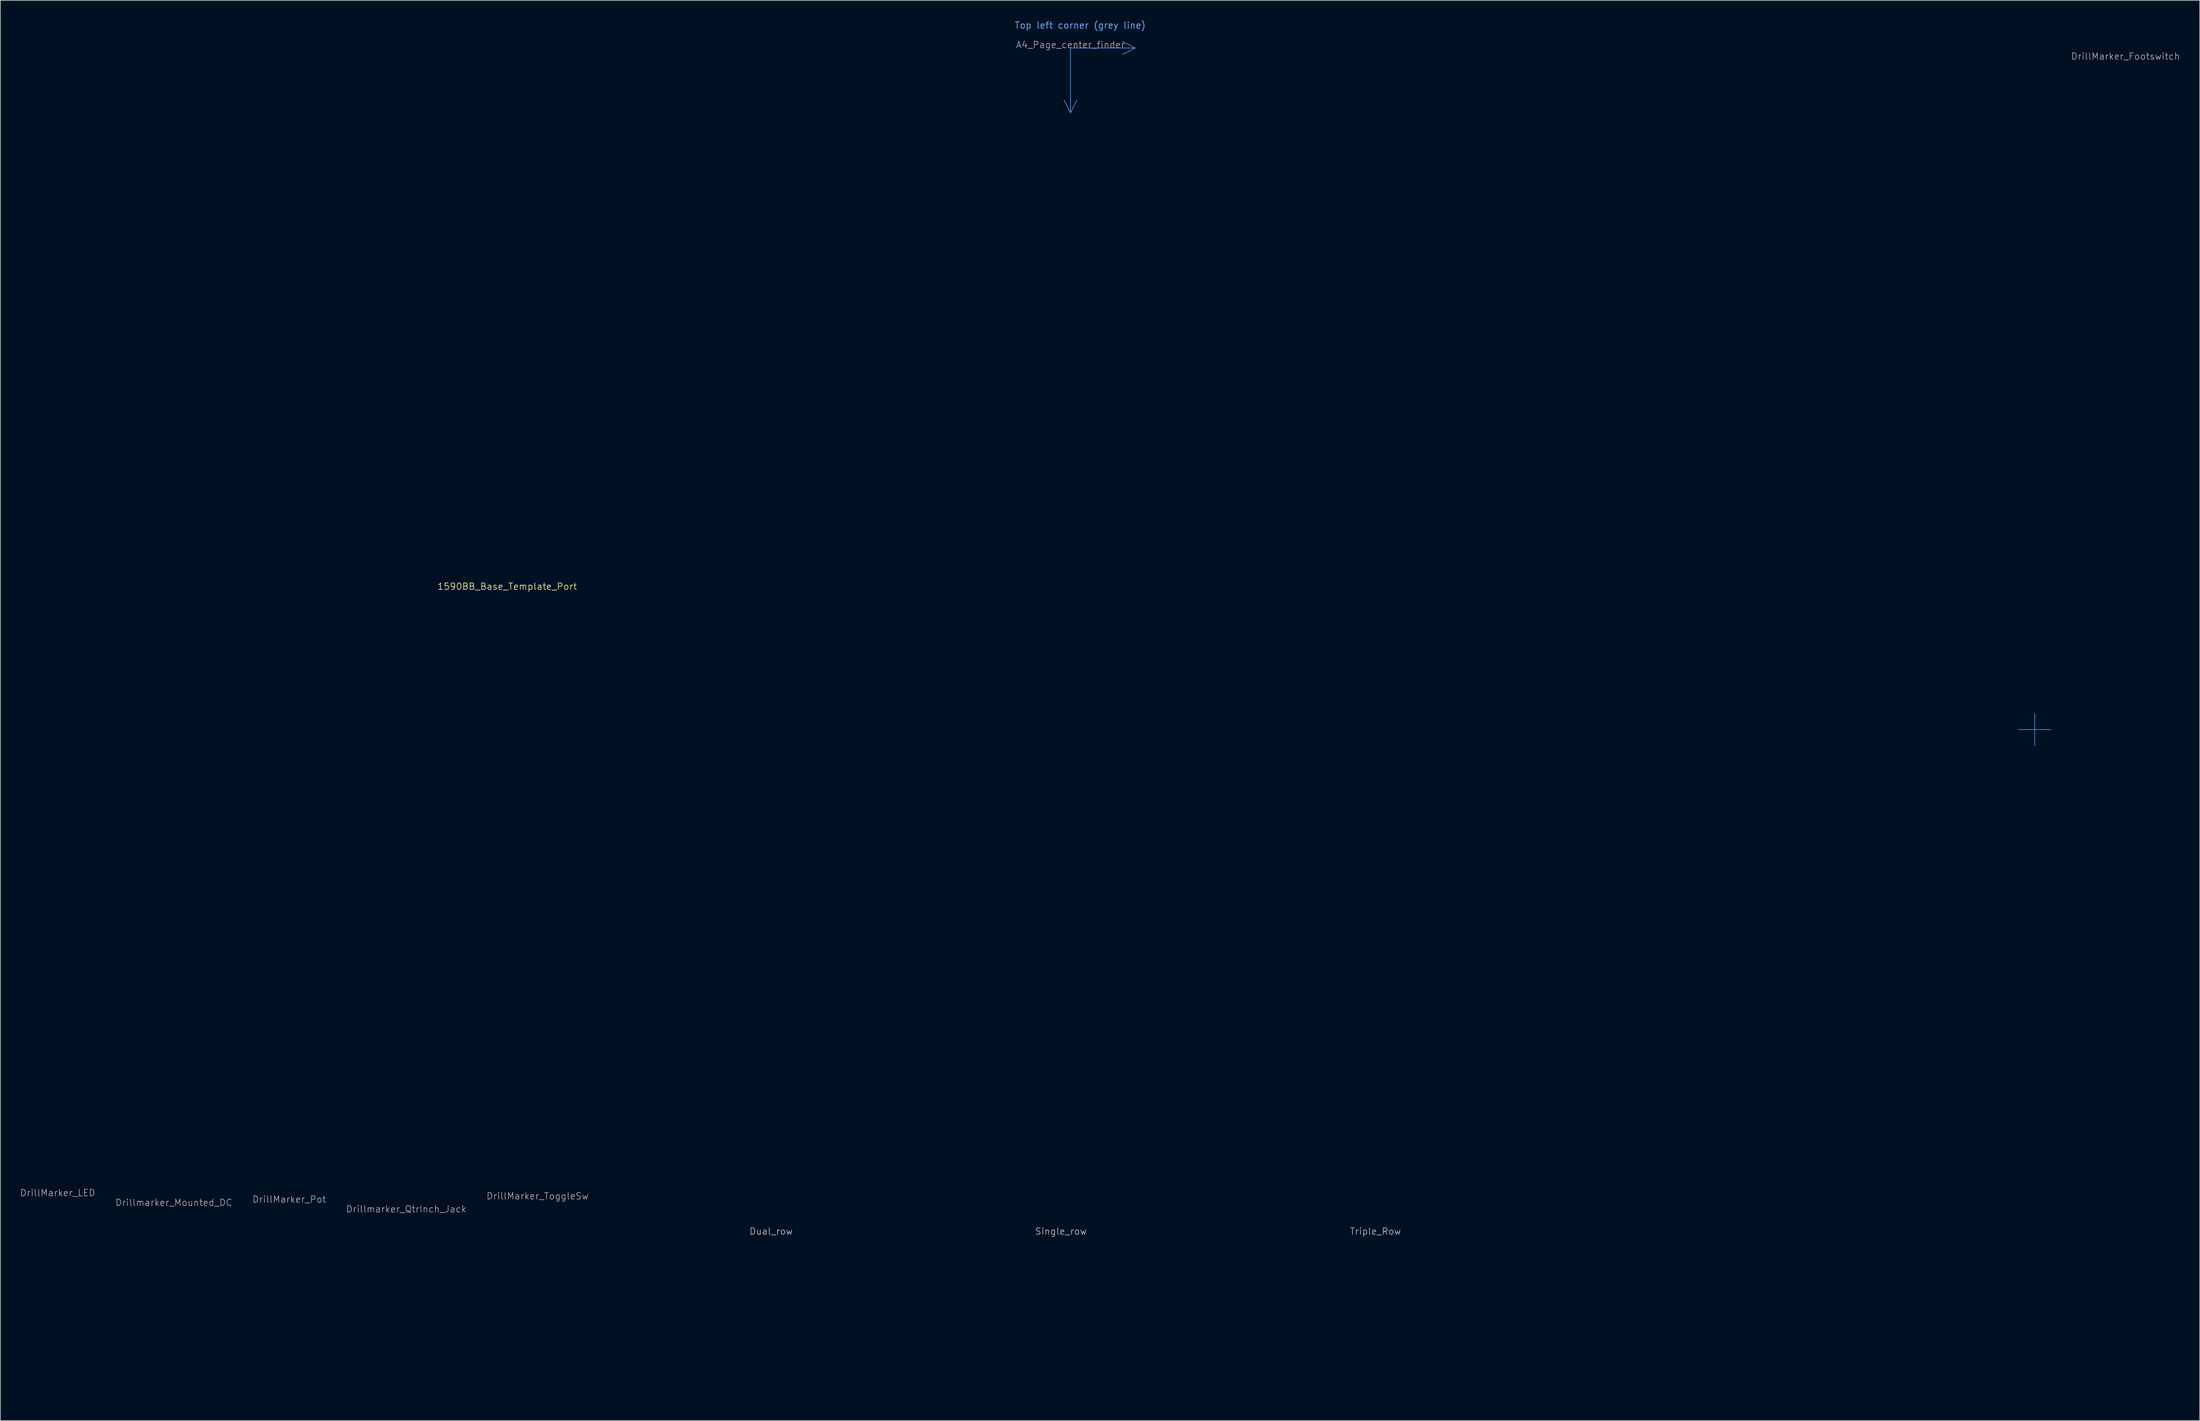
<source format=kicad_pcb>
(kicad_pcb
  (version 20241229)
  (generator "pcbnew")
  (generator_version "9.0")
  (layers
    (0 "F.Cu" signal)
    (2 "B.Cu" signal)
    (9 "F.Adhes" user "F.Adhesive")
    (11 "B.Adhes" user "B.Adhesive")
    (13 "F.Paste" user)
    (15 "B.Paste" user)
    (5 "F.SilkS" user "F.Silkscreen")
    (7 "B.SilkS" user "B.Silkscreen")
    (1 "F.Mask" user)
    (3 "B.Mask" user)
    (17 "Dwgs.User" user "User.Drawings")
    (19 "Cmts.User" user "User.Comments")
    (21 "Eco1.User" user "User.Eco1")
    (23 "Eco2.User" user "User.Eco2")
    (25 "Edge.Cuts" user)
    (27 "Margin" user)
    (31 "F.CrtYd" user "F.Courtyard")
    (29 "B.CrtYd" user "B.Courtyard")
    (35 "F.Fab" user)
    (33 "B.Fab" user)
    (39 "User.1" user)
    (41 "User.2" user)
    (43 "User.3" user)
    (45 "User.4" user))
  (footprint "1590BB_Base_Template_Port"
    (layer "F.Cu")
    (at 75.055 87.802)
    (property "Reference" "1590BB_Base_Template_Port" (at 0 -0.5 0) (unlocked yes) (layer "F.SilkS") (effects (font (size 1 1) (thickness 0.1))))
    (attr smd)
    (fp_line (start -75.01 57.251) (end -75.01 -57.252) (stroke (width 0.09) (type default)) (layer "User.4"))
    (fp_line (start -73.435 -58.839) (end -45.593 -58.446) (stroke (width 0.09) (type default)) (layer "User.4"))
    (fp_line (start -46.158 86.142) (end -45.717 58.293) (stroke (width 0.09) (type default)) (layer "User.4"))
    (fp_line (start -45.717 58.293) (end 45.669 58.293) (stroke (width 0.09) (type default)) (layer "User.4"))
    (fp_line (start -45.669 -58.293) (end -46.158 -86.143) (stroke (width 0.09) (type default)) (layer "User.4"))
    (fp_line (start -45.593 -58.446) (end -45.593 58.445) (stroke (width 0.09) (type default)) (layer "User.4"))
    (fp_line (start -45.593 58.445) (end -73.435 58.839) (stroke (width 0.09) (type default)) (layer "User.4"))
    (fp_line (start -45.593 56.71) (end -45.593 -56.71) (stroke (width 0.09) (type default)) (layer "User.4"))
    (fp_line (start -44.571 -87.757) (end 44.57 -87.757) (stroke (width 0.09) (type default)) (layer "User.4"))
    (fp_line (start -44.008 -58.293) (end 44.008 -58.293) (stroke (width 0.09) (type default)) (layer "User.4"))
    (fp_line (start -27.284 -77.945) (end -27.305 -77.47) (stroke (width 0.09) (type default)) (layer "User.4"))
    (fp_line (start 0 -1.558) (end 0 1.558) (stroke (width 0.09) (type default)) (layer "User.4"))
    (fp_line (start 1.558 0) (end -1.558 0) (stroke (width 0.09) (type default)) (layer "User.4"))
    (fp_line (start 44.008 58.293) (end -44.008 58.293) (stroke (width 0.09) (type default)) (layer "User.4"))
    (fp_line (start 44.57 87.757) (end -44.571 87.757) (stroke (width 0.09) (type default)) (layer "User.4"))
    (fp_line (start 45.593 -58.446) (end 73.435 -58.839) (stroke (width 0.09) (type default)) (layer "User.4"))
    (fp_line (start 45.593 -56.71) (end 45.593 56.71) (stroke (width 0.09) (type default)) (layer "User.4"))
    (fp_line (start 45.593 58.445) (end 45.593 -58.446) (stroke (width 0.09) (type default)) (layer "User.4"))
    (fp_line (start 45.593 58.445) (end 45.669 58.293) (stroke (width 0.09) (type default)) (layer "User.4"))
    (fp_line (start 45.669 58.293) (end 46.158 86.142) (stroke (width 0.09) (type default)) (layer "User.4"))
    (fp_line (start 45.716 -58.293) (end -45.669 -58.293) (stroke (width 0.09) (type default)) (layer "User.4"))
    (fp_line (start 46.158 -86.143) (end 45.716 -58.293) (stroke (width 0.09) (type default)) (layer "User.4"))
    (fp_line (start 73.435 58.839) (end 45.593 58.445) (stroke (width 0.09) (type default)) (layer "User.4"))
    (fp_line (start 75.01 -57.252) (end 75.01 57.251) (stroke (width 0.09) (type default)) (layer "User.4"))
    (fp_circle (center -27.305 -77.47) (end -22.543 -77.47) (stroke (width 0.09) (type default)) (fill no) (layer "User.4"))
    (fp_circle (center 27.305 -77.47) (end 27.78 -77.47) (stroke (width 0.09) (type default)) (fill no) (layer "User.4"))
    (fp_circle (center 27.305 -77.47) (end 32.067 -77.47) (stroke (width 0.09) (type default)) (fill no) (layer "User.4"))
    (fp_curve (pts (xy -75.01 -57.252) (xy -75.01 -58.129) (xy -74.305 -58.839) (xy -73.435 -58.839)) (stroke (width 0.09) (type default)) (layer "User.4"))
    (fp_curve (pts (xy -73.435 58.839) (xy -74.305 58.839) (xy -75.01 58.128) (xy -75.01 57.251)) (stroke (width 0.09) (type default)) (layer "User.4"))
    (fp_curve (pts (xy -46.158 -86.143) (xy -46.158 -87.034) (xy -45.448 -87.757) (xy -44.571 -87.757)) (stroke (width 0.09) (type default)) (layer "User.4"))
    (fp_curve (pts (xy -45.593 -56.71) (xy -45.593 -57.585) (xy -44.884 -58.293) (xy -44.008 -58.293)) (stroke (width 0.09) (type default)) (layer "User.4"))
    (fp_curve (pts (xy -44.571 87.757) (xy -45.448 87.757) (xy -46.158 87.034) (xy -46.158 86.142)) (stroke (width 0.09) (type default)) (layer "User.4"))
    (fp_curve (pts (xy -44.008 58.293) (xy -44.884 58.293) (xy -45.593 57.584) (xy -45.593 56.71)) (stroke (width 0.09) (type default)) (layer "User.4"))
    (fp_curve (pts (xy -27.78 -77.492) (xy -27.792 -77.23) (xy -27.589 -77.008) (xy -27.327 -76.996)) (stroke (width 0.09) (type default)) (layer "User.4"))
    (fp_curve (pts (xy -27.327 -76.996) (xy -27.065 -76.984) (xy -26.843 -77.187) (xy -26.831 -77.449)) (stroke (width 0.09) (type default)) (layer "User.4"))
    (fp_curve (pts (xy -27.284 -77.945) (xy -27.546 -77.957) (xy -27.768 -77.754) (xy -27.78 -77.492)) (stroke (width 0.09) (type default)) (layer "User.4"))
    (fp_curve (pts (xy -26.831 -77.449) (xy -26.819 -77.711) (xy -27.022 -77.933) (xy -27.284 -77.945)) (stroke (width 0.09) (type default)) (layer "User.4"))
    (fp_curve (pts (xy -5.877 39.088) (xy -6.404 42.333) (xy -4.2 45.391) (xy -0.954 45.918)) (stroke (width 0.09) (type default)) (layer "User.4"))
    (fp_curve (pts (xy -3.968 -74.295) (xy -3.968 -76.486) (xy -2.19 -78.264) (xy -0.000167 -78.264)) (stroke (width 0.09) (type default)) (layer "User.4"))
    (fp_curve (pts (xy -0.954 45.918) (xy 2.292 46.445) (xy 5.35 44.241) (xy 5.877 40.995)) (stroke (width 0.09) (type default)) (layer "User.4"))
    (fp_curve (pts (xy -0.396 -74.295) (xy -0.396 -74.514) (xy -0.219 -74.691) (xy -0.000167 -74.691)) (stroke (width 0.09) (type default)) (layer "User.4"))
    (fp_curve (pts (xy -0.396 40.041) (xy -0.396 39.823) (xy -0.219 39.645) (xy -0.000167 39.645)) (stroke (width 0.09) (type default)) (layer "User.4"))
    (fp_curve (pts (xy -0.000167 -78.264) (xy 2.19 -78.264) (xy 3.969 -76.486) (xy 3.969 -74.295)) (stroke (width 0.09) (type default)) (layer "User.4"))
    (fp_curve (pts (xy -0.000167 -74.691) (xy 0.218 -74.691) (xy 0.396 -74.514) (xy 0.396 -74.295)) (stroke (width 0.09) (type default)) (layer "User.4"))
    (fp_curve (pts (xy -0.000167 -73.899) (xy -0.219 -73.899) (xy -0.396 -74.077) (xy -0.396 -74.295)) (stroke (width 0.09) (type default)) (layer "User.4"))
    (fp_curve (pts (xy -0.000167 -70.327) (xy -2.19 -70.327) (xy -3.968 -72.105) (xy -3.968 -74.295)) (stroke (width 0.09) (type default)) (layer "User.4"))
    (fp_curve (pts (xy -0.000167 39.645) (xy 0.218 39.645) (xy 0.396 39.823) (xy 0.396 40.041)) (stroke (width 0.09) (type default)) (layer "User.4"))
    (fp_curve (pts (xy -0.000167 40.437) (xy -0.219 40.437) (xy -0.396 40.26) (xy -0.396 40.041)) (stroke (width 0.09) (type default)) (layer "User.4"))
    (fp_curve (pts (xy 0.396 -74.295) (xy 0.396 -74.077) (xy 0.218 -73.899) (xy -0.000167 -73.899)) (stroke (width 0.09) (type default)) (layer "User.4"))
    (fp_curve (pts (xy 0.396 40.041) (xy 0.396 40.26) (xy 0.218 40.437) (xy -0.000167 40.437)) (stroke (width 0.09) (type default)) (layer "User.4"))
    (fp_curve (pts (xy 0.954 34.164) (xy -2.292 33.638) (xy -5.35 35.842) (xy -5.877 39.088)) (stroke (width 0.09) (type default)) (layer "User.4"))
    (fp_curve (pts (xy 3.969 -74.295) (xy 3.969 -72.105) (xy 2.19 -70.327) (xy -0.000167 -70.327)) (stroke (width 0.09) (type default)) (layer "User.4"))
    (fp_curve (pts (xy 5.877 40.995) (xy 6.403 37.749) (xy 4.199 34.691) (xy 0.954 34.164)) (stroke (width 0.09) (type default)) (layer "User.4"))
    (fp_curve (pts (xy 44.008 -58.293) (xy 44.883 -58.293) (xy 45.593 -57.585) (xy 45.593 -56.71)) (stroke (width 0.09) (type default)) (layer "User.4"))
    (fp_curve (pts (xy 44.57 -87.757) (xy 45.447 -87.757) (xy 46.158 -87.034) (xy 46.158 -86.143)) (stroke (width 0.09) (type default)) (layer "User.4"))
    (fp_curve (pts (xy 45.593 56.71) (xy 45.593 57.584) (xy 44.883 58.293) (xy 44.008 58.293)) (stroke (width 0.09) (type default)) (layer "User.4"))
    (fp_curve (pts (xy 46.158 86.142) (xy 46.158 87.034) (xy 45.447 87.757) (xy 44.57 87.757)) (stroke (width 0.09) (type default)) (layer "User.4"))
    (fp_curve (pts (xy 73.435 -58.839) (xy 74.304 -58.839) (xy 75.01 -58.128) (xy 75.01 -57.252)) (stroke (width 0.09) (type default)) (layer "User.4"))
    (fp_curve (pts (xy 75.01 57.251) (xy 75.01 58.128) (xy 74.304 58.839) (xy 73.435 58.839)) (stroke (width 0.09) (type default)) (layer "User.4")))
  (footprint "DrillMarker_LED"
    (layer "F.Cu")
    (at 5.836 181.229)
    (property "Reference" "DrillMarker_LED" (at 0 -0.5 0) (unlocked yes) (layer "F.Fab") (effects (font (size 1 1) (thickness 0.1))))
    (attr smd board_only exclude_from_pos_files exclude_from_bom allow_missing_courtyard dnp)
    (fp_circle (center 0 0) (end 0 0) (stroke (width 1) (type solid)) (fill no) (layer "User.4"))
    (fp_circle (center 0 0) (end 2.5 0) (stroke (width 0.25) (type solid)) (fill no) (layer "User.4"))
    (fp_text user "LED" (at 0 -1.25 0) (unlocked yes) (layer "User.4") (effects (font (size 0.5 0.5) (thickness 0.1) (bold yes)) (justify mirror)))
    (fp_text user "5mm" (at 0 1.25 0) (unlocked yes) (layer "User.4") (effects (font (size 0.5 0.5) (thickness 0.1) (bold yes)) (justify mirror))))
  (footprint "DrillMarker_ToggleSw"
    (layer "F.Cu")
    (at 79.736 181.729)
    (property "Reference" "DrillMarker_ToggleSw" (at 0 -0.5 0) (unlocked yes) (layer "F.Fab") (effects (font (size 1 1) (thickness 0.1))))
    (attr smd board_only exclude_from_pos_files exclude_from_bom allow_missing_courtyard dnp)
    (fp_circle (center 0 0) (end 0 0) (stroke (width 1) (type solid)) (fill no) (layer "User.4"))
    (fp_circle (center 0 0) (end 3 0) (stroke (width 0.25) (type solid)) (fill no) (layer "User.4"))
    (fp_text user "6mm" (at 0 1.5 0) (unlocked yes) (layer "User.4") (effects (font (size 0.5 0.5) (thickness 0.1) (bold yes)) (justify mirror)))
    (fp_text user "TOGGLE" (at 0 -1.5 0) (unlocked yes) (layer "User.4") (effects (font (size 0.5 0.5) (thickness 0.1) (bold yes)) (justify mirror))))
  (footprint "Triple_Row"
    (layer "F.Cu")
    (at 208.78 187.154)
    (property "Reference" "Triple_Row" (at 0 -0.5 0) (unlocked yes) (layer "Dwgs.User") (effects (font (size 1 1) (thickness 0.1))))
    (attr smd)
    (fp_line (start -22.86 0) (end -17.78 0) (stroke (width 0.127) (type solid)) (layer "User.2"))
    (fp_line (start -20.32 -2.54) (end -20.32 2.54) (stroke (width 0.127) (type solid)) (layer "User.2"))
    (fp_line (start -16.51 25.4) (end -3.81 25.4) (stroke (width 0.127) (type dot)) (layer "User.2"))
    (fp_line (start -2.54 0) (end 2.54 0) (stroke (width 0.127) (type solid)) (layer "User.2"))
    (fp_line (start 0 -2.54) (end 0 2.54) (stroke (width 0.127) (type solid)) (layer "User.2"))
    (fp_line (start 3.81 25.4) (end 16.51 25.4) (stroke (width 0.127) (type dot)) (layer "User.2"))
    (fp_line (start 17.78 0) (end 22.86 0) (stroke (width 0.127) (type solid)) (layer "User.2"))
    (fp_line (start 20.32 -2.54) (end 20.32 2.54) (stroke (width 0.127) (type solid)) (layer "User.2"))
    (fp_circle (center -20.32 0) (end -17.145 0) (stroke (width 0.127) (type solid)) (fill no) (layer "User.2"))
    (fp_circle (center -20.32 0) (end -12.82 -4) (stroke (width 0.1) (type dot)) (fill no) (layer "User.2"))
    (fp_circle (center 0 0) (end 3.175 0) (stroke (width 0.127) (type solid)) (fill no) (layer "User.2"))
    (fp_circle (center 0 0) (end 7.5 -4) (stroke (width 0.1) (type dot)) (fill no) (layer "User.2"))
    (fp_circle (center 20.32 0) (end 23.495 0) (stroke (width 0.127) (type solid)) (fill no) (layer "User.2"))
    (fp_circle (center 20.32 0) (end 27.82 -4) (stroke (width 0.1) (type dot)) (fill no) (layer "User.2"))
    (fp_text user "CENTER NEXT ROW ON THIS LINE" (at 0 25.4 0) (unlocked yes) (layer "User.2") (effects (font (size 0.25 0.25) (thickness 0.062) (bold yes))))
    (fp_text user "0.0500 in GRID" (at -20.32 6.35 0) (unlocked yes) (layer "User.2") (effects (font (size 0.3 0.3) (thickness 0.013) (bold yes))))
    (fp_text user "0.0500 in GRID" (at 0 6.35 0) (unlocked yes) (layer "User.2") (effects (font (size 0.3 0.3) (thickness 0.013) (bold yes))))
    (fp_text user "0.0500 in GRID" (at 20.32 6.35 0) (unlocked yes) (layer "User.2") (effects (font (size 0.3 0.3) (thickness 0.013) (bold yes)))))
  (footprint "Drillmarker_Mounted_DC"
    (layer "F.Cu")
    (at 23.721 182.729)
    (property "Reference" "Drillmarker_Mounted_DC" (at 0 -0.5 0) (unlocked yes) (layer "F.Fab") (effects (font (size 1 1) (thickness 0.1))))
    (attr smd board_only exclude_from_pos_files exclude_from_bom allow_missing_courtyard dnp)
    (fp_circle (center 0 0) (end 0 0) (stroke (width 1) (type solid)) (fill no) (layer "User.4"))
    (fp_circle (center 0 0) (end 4 0) (stroke (width 0.25) (type solid)) (fill no) (layer "User.4"))
    (fp_text user "MOUNTED DC" (at 0 -2 0) (unlocked yes) (layer "User.4") (effects (font (size 0.5 0.5) (thickness 0.1) (bold yes)) (justify mirror)))
    (fp_text user "8mm" (at 0 2 0) (unlocked yes) (layer "User.4") (effects (font (size 0.5 0.5) (thickness 0.1) (bold yes)) (justify mirror))))
  (footprint "DrillMarker_Pot"
    (layer "F.Cu")
    (at 41.488 182.229)
    (property "Reference" "DrillMarker_Pot" (at 0 -0.5 0) (unlocked yes) (layer "F.Fab") (effects (font (size 1 1) (thickness 0.1))))
    (attr smd board_only exclude_from_pos_files exclude_from_bom allow_missing_courtyard dnp)
    (fp_circle (center 0 0) (end 0 0) (stroke (width 1) (type solid)) (fill no) (layer "User.4"))
    (fp_circle (center 0 0) (end 3.5 0) (stroke (width 0.25) (type solid)) (fill no) (layer "User.4"))
    (fp_text user "7mm" (at 0 2 0) (unlocked yes) (layer "User.4") (effects (font (size 0.5 0.5) (thickness 0.1) (bold yes)) (justify mirror)))
    (fp_text user "POT" (at 0 -2 0) (unlocked yes) (layer "User.4") (effects (font (size 0.5 0.5) (thickness 0.1) (bold yes)) (justify mirror))))
  (footprint "Single_row"
    (layer "F.Cu")
    (at 160.336 187.154)
    (property "Reference" "Single_row" (at 0 -0.5 0) (unlocked yes) (layer "Dwgs.User") (effects (font (size 1 1) (thickness 0.1))))
    (attr smd)
    (fp_line (start -16.51 25.4) (end -3.81 25.4) (stroke (width 0.127) (type dot)) (layer "User.2"))
    (fp_line (start -2.54 0) (end 2.54 0) (stroke (width 0.127) (type solid)) (layer "User.2"))
    (fp_line (start 0 -2.54) (end 0 2.54) (stroke (width 0.127) (type solid)) (layer "User.2"))
    (fp_line (start 3.81 25.4) (end 16.51 25.4) (stroke (width 0.127) (type dot)) (layer "User.2"))
    (fp_circle (center 0 0) (end 3.175 0) (stroke (width 0.127) (type solid)) (fill no) (layer "User.2"))
    (fp_circle (center 0 0) (end 7.5 -4) (stroke (width 0.1) (type dot)) (fill no) (layer "User.2"))
    (fp_text user "CENTER NEXT ROW ON THIS LINE" (at 0 25.4 0) (unlocked yes) (layer "User.2") (effects (font (size 0.25 0.25) (thickness 0.062) (bold yes))))
    (fp_text user "0.0500 in GRID" (at 0 5.08 0) (unlocked yes) (layer "User.2") (effects (font (size 0.3 0.3) (thickness 0.013) (bold yes)))))
  (footprint "Dual_row"
    (layer "F.Cu")
    (at 115.703 187.154)
    (property "Reference" "Dual_row" (at 0 -0.5 0) (unlocked yes) (layer "Dwgs.User") (effects (font (size 1 1) (thickness 0.1))))
    (attr smd)
    (fp_line (start -19.05 0) (end -13.97 0) (stroke (width 0.127) (type solid)) (layer "User.2"))
    (fp_line (start -16.51 -2.54) (end -16.51 2.54) (stroke (width 0.127) (type solid)) (layer "User.2"))
    (fp_line (start -16.51 25.4) (end -3.81 25.4) (stroke (width 0.127) (type dot)) (layer "User.2"))
    (fp_line (start 3.81 25.4) (end 16.51 25.4) (stroke (width 0.127) (type dot)) (layer "User.2"))
    (fp_line (start 13.97 0) (end 19.05 0) (stroke (width 0.127) (type solid)) (layer "User.2"))
    (fp_line (start 16.51 -2.54) (end 16.51 2.54) (stroke (width 0.127) (type solid)) (layer "User.2"))
    (fp_circle (center -16.51 0) (end -13.335 0) (stroke (width 0.127) (type solid)) (fill no) (layer "User.2"))
    (fp_circle (center -16.51 0) (end -9.01 -4) (stroke (width 0.1) (type dot)) (fill no) (layer "User.2"))
    (fp_circle (center 16.51 0) (end 19.685 0) (stroke (width 0.127) (type solid)) (fill no) (layer "User.2"))
    (fp_circle (center 16.51 0) (end 24.01 -4) (stroke (width 0.1) (type dot)) (fill no) (layer "User.2"))
    (fp_text user "0.0500 in GRID" (at -16.51 5.08 0) (unlocked yes) (layer "User.2") (effects (font (size 0.3 0.3) (thickness 0.013) (bold yes))))
    (fp_text user "0.0500 in GRID" (at 16.51 5.08 0) (unlocked yes) (layer "User.2") (effects (font (size 0.3 0.3) (thickness 0.013) (bold yes))))
    (fp_text user "CENTER NEXT ROW ON THIS LINE" (at 0 25.4 0) (unlocked yes) (layer "User.2") (effects (font (size 0.25 0.25) (thickness 0.062) (bold yes)))))
  (footprint "DrillMarker_Footswitch"
    (layer "F.Cu")
    (at 324.288 6.125)
    (property "Reference" "DrillMarker_Footswitch" (at 0 -0.5 0) (unlocked yes) (layer "F.Fab") (effects (font (size 1 1) (thickness 0.1))))
    (attr smd board_only exclude_from_pos_files exclude_from_bom allow_missing_courtyard dnp)
    (fp_circle (center 0 0) (end 0 0) (stroke (width 1) (type solid)) (fill no) (layer "User.4"))
    (fp_circle (center 0 0) (end 6 0) (stroke (width 0.25) (type solid)) (fill no) (layer "User.4"))
    (fp_text user "12mm" (at 0 3 0) (unlocked yes) (layer "User.4") (effects (font (size 0.5 0.5) (thickness 0.1) (bold yes)) (justify mirror)))
    (fp_text user "FOOTSWITCH" (at 0 -3 0) (unlocked yes) (layer "User.4") (effects (font (size 0.5 0.5) (thickness 0.1) (bold yes)) (justify mirror))))
  (footprint "A4_Page_center_finder"
    (layer "F.Cu")
    (at 161.807 4.348)
    (property "Reference" "A4_Page_center_finder" (at 0 -0.5 0) (unlocked yes) (layer "F.Fab") (effects (font (size 1 1) (thickness 0.1))))
    (attr smd board_only exclude_from_pos_files exclude_from_bom allow_missing_courtyard dnp)
    (fp_line (start 0 0) (end 0 10) (stroke (width 0.1) (type solid)) (layer "Cmts.User"))
    (fp_line (start 0 0) (end 10 0) (stroke (width 0.1) (type solid)) (layer "Cmts.User"))
    (fp_line (start 0 10) (end -1 8) (stroke (width 0.1) (type default)) (layer "Cmts.User"))
    (fp_line (start 0 10) (end 1 8) (stroke (width 0.1) (type default)) (layer "Cmts.User"))
    (fp_line (start 10 0) (end 8 -1) (stroke (width 0.1) (type default)) (layer "Cmts.User"))
    (fp_line (start 10 0) (end 8 1) (stroke (width 0.1) (type default)) (layer "Cmts.User"))
    (fp_line (start 146 105) (end 151 105) (stroke (width 0.1) (type default)) (layer "Cmts.User"))
    (fp_line (start 148.5 102.5) (end 148.5 107.5) (stroke (width 0.1) (type default)) (layer "Cmts.User"))
    (fp_circle (center 148.5 105) (end 148.5 103) (stroke (width 0.01) (type dot)) (fill no) (layer "Cmts.User"))
    (fp_text user "Top left corner (grey line)" (at 1.5 -3.5 0) (unlocked yes) (layer "Cmts.User") (effects (font (size 1 1) (thickness 0.15)))))
  (footprint "Drillmarker_QtrInch_Jack"
    (layer "F.Cu")
    (at 59.517 183.729)
    (property "Reference" "Drillmarker_QtrInch_Jack" (at 0 -0.5 0) (unlocked yes) (layer "F.Fab") (effects (font (size 1 1) (thickness 0.1))))
    (attr smd board_only exclude_from_pos_files exclude_from_bom allow_missing_courtyard dnp)
    (fp_circle (center 0 0) (end 0 0) (stroke (width 1) (type solid)) (fill no) (layer "User.4"))
    (fp_circle (center 0 0) (end 5 0) (stroke (width 0.25) (type solid)) (fill no) (layer "User.4"))
    (fp_text user "JACK" (at 0 -3 0) (unlocked yes) (layer "User.4") (effects (font (size 0.5 0.5) (thickness 0.1) (bold yes)) (justify mirror)))
    (fp_text user "10mm" (at 0 3 0) (unlocked yes) (layer "User.4") (effects (font (size 0.5 0.5) (thickness 0.1) (bold yes)) (justify mirror))))
  (gr_rect
    (start -3 -3)
    (end 335.719 215.81)
    (stroke (width 0.1) (type default))
    (fill no)
    (layer "Edge.Cuts")))
</source>
